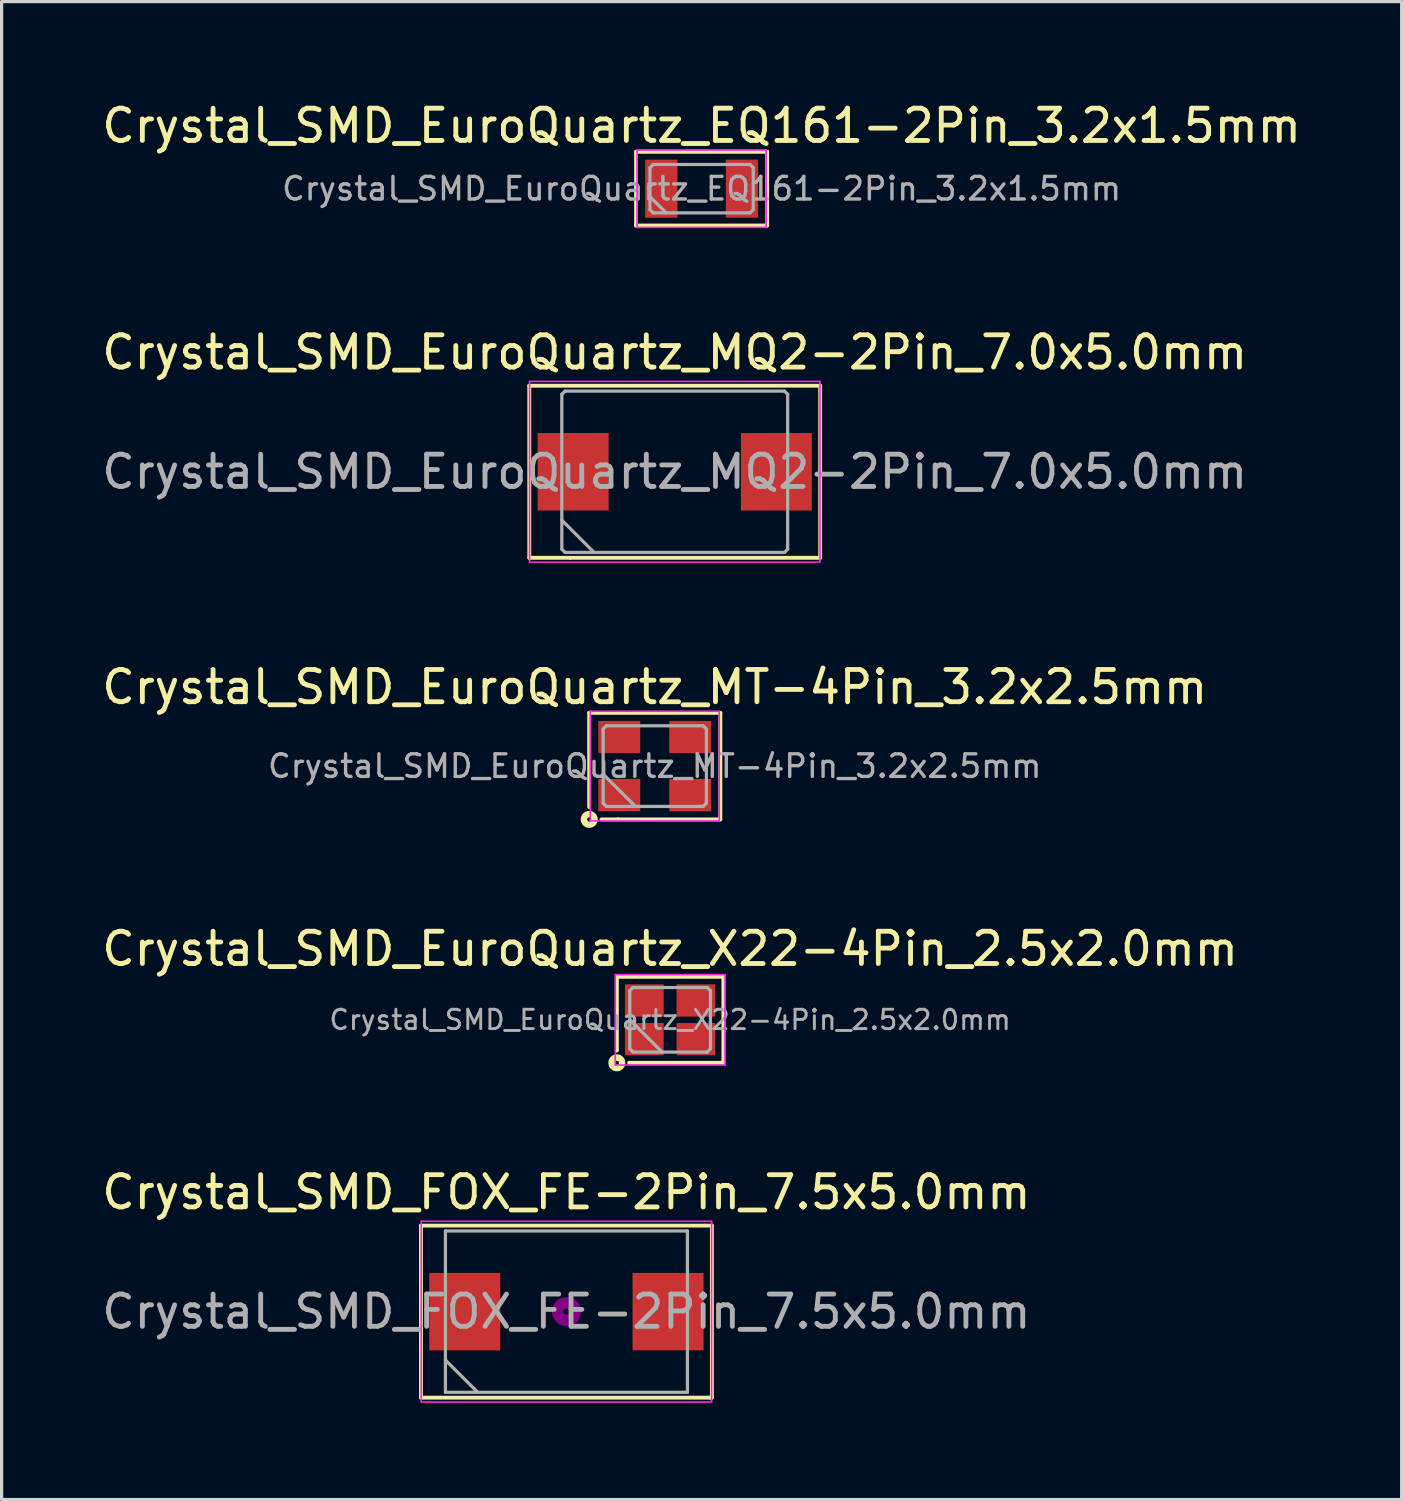
<source format=kicad_pcb>
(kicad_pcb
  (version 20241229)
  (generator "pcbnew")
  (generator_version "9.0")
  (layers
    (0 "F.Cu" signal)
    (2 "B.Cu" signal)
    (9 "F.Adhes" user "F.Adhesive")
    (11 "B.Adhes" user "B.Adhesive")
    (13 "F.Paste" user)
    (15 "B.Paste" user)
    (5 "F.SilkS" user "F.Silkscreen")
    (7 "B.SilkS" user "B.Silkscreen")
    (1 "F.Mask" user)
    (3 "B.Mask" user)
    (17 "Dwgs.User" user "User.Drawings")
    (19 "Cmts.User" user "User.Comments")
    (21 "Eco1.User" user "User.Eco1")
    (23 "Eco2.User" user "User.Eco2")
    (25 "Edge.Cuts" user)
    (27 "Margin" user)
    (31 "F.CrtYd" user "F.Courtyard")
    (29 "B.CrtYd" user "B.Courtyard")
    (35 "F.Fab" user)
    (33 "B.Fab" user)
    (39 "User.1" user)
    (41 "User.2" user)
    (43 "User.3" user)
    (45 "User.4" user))
  (footprint "Crystal_SMD_FOX_FE-2Pin_7.5x5.0mm"
    (layer "F.Cu")
    (at 14.506 37.603)
    (property "Reference" "Crystal_SMD_FOX_FE-2Pin_7.5x5.0mm" (at 0 -3.7 0) (layer "F.SilkS") (effects (font (size 1 1) (thickness 0.15))))
    (attr smd)
    (fp_line (start -4.508 -2.667) (end -4.508 2.667) (stroke (width 0.12) (type solid)) (layer "F.SilkS"))
    (fp_line (start -4.508 2.667) (end 4.445 2.667) (stroke (width 0.12) (type solid)) (layer "F.SilkS"))
    (fp_line (start 4.445 2.667) (end 4.508 2.667) (stroke (width 0.12) (type solid)) (layer "F.SilkS"))
    (fp_line (start 4.508 -2.667) (end -4.508 -2.667) (stroke (width 0.12) (type solid)) (layer "F.SilkS"))
    (fp_line (start 4.508 2.667) (end 4.508 -2.667) (stroke (width 0.12) (type solid)) (layer "F.SilkS"))
    (fp_circle (center 0 0) (end 0.093 0) (stroke (width 0.187) (type solid)) (fill no) (layer "F.Adhes"))
    (fp_circle (center 0 0) (end 0.213 0) (stroke (width 0.133) (type solid)) (fill no) (layer "F.Adhes"))
    (fp_circle (center 0 0) (end 0.333 0) (stroke (width 0.133) (type solid)) (fill no) (layer "F.Adhes"))
    (fp_circle (center 0 0) (end 0.4 0) (stroke (width 0.1) (type solid)) (fill no) (layer "F.Adhes"))
    (fp_line (start -4.5 -2.8) (end -4.5 2.8) (stroke (width 0.05) (type solid)) (layer "F.CrtYd"))
    (fp_line (start -4.5 2.8) (end 4.5 2.8) (stroke (width 0.05) (type solid)) (layer "F.CrtYd"))
    (fp_line (start 4.5 -2.8) (end -4.5 -2.8) (stroke (width 0.05) (type solid)) (layer "F.CrtYd"))
    (fp_line (start 4.5 2.8) (end 4.5 -2.8) (stroke (width 0.05) (type solid)) (layer "F.CrtYd"))
    (fp_line (start -3.75 -2.5) (end -3.75 2.5) (stroke (width 0.1) (type solid)) (layer "F.Fab"))
    (fp_line (start -3.75 1.5) (end -2.75 2.5) (stroke (width 0.1) (type solid)) (layer "F.Fab"))
    (fp_line (start -3.75 2.5) (end 3.75 2.5) (stroke (width 0.1) (type solid)) (layer "F.Fab"))
    (fp_line (start 3.75 -2.5) (end -3.75 -2.5) (stroke (width 0.1) (type solid)) (layer "F.Fab"))
    (fp_line (start 3.75 2.5) (end 3.75 -2.5) (stroke (width 0.1) (type solid)) (layer "F.Fab"))
    (fp_text user "${REFERENCE}" (at 0 0 0) (layer "F.Fab") (effects (font (size 1 1) (thickness 0.15))))
    (pad "1" smd rect (at -3.15 0) (size 2.2 2.4) (layers "F.Cu" "F.Mask" "F.Paste"))
    (pad "2" smd rect (at 3.15 0) (size 2.2 2.4) (layers "F.Cu" "F.Mask" "F.Paste")))
  (footprint "Crystal_SMD_EuroQuartz_EQ161-2Pin_3.2x1.5mm"
    (layer "F.Cu")
    (at 18.696 2.798)
    (property "Reference" "Crystal_SMD_EuroQuartz_EQ161-2Pin_3.2x1.5mm" (at 0 -1.95 0) (layer "F.SilkS") (effects (font (size 1 1) (thickness 0.15))))
    (attr smd)
    (fp_line (start -2.032 -1.143) (end -2.032 1.143) (stroke (width 0.12) (type solid)) (layer "F.SilkS"))
    (fp_line (start -2.032 1.143) (end 2.032 1.143) (stroke (width 0.12) (type solid)) (layer "F.SilkS"))
    (fp_line (start 2.032 -1.143) (end -2.032 -1.143) (stroke (width 0.12) (type solid)) (layer "F.SilkS"))
    (fp_line (start 2.032 1.143) (end 2.032 -1.143) (stroke (width 0.12) (type solid)) (layer "F.SilkS"))
    (fp_line (start -2 -1.2) (end -2 1.2) (stroke (width 0.05) (type solid)) (layer "F.CrtYd"))
    (fp_line (start -2 1.2) (end 2 1.2) (stroke (width 0.05) (type solid)) (layer "F.CrtYd"))
    (fp_line (start 2 -1.2) (end -2 -1.2) (stroke (width 0.05) (type solid)) (layer "F.CrtYd"))
    (fp_line (start 2 1.2) (end 2 -1.2) (stroke (width 0.05) (type solid)) (layer "F.CrtYd"))
    (fp_line (start -1.6 -0.65) (end -1.5 -0.75) (stroke (width 0.1) (type solid)) (layer "F.Fab"))
    (fp_line (start -1.6 0.25) (end -1.1 0.75) (stroke (width 0.1) (type solid)) (layer "F.Fab"))
    (fp_line (start -1.6 0.65) (end -1.6 -0.65) (stroke (width 0.1) (type solid)) (layer "F.Fab"))
    (fp_line (start -1.5 -0.75) (end 1.5 -0.75) (stroke (width 0.1) (type solid)) (layer "F.Fab"))
    (fp_line (start -1.5 0.75) (end -1.6 0.65) (stroke (width 0.1) (type solid)) (layer "F.Fab"))
    (fp_line (start 1.5 -0.75) (end 1.6 -0.65) (stroke (width 0.1) (type solid)) (layer "F.Fab"))
    (fp_line (start 1.5 0.75) (end -1.5 0.75) (stroke (width 0.1) (type solid)) (layer "F.Fab"))
    (fp_line (start 1.6 -0.65) (end 1.6 0.65) (stroke (width 0.1) (type solid)) (layer "F.Fab"))
    (fp_line (start 1.6 0.65) (end 1.5 0.75) (stroke (width 0.1) (type solid)) (layer "F.Fab"))
    (fp_text user "${REFERENCE}" (at 0 0 0) (layer "F.Fab") (effects (font (size 0.7 0.7) (thickness 0.105))))
    (pad "1" smd rect (at -1.25 0) (size 1 1.8) (layers "F.Cu" "F.Mask" "F.Paste"))
    (pad "2" smd rect (at 1.25 0) (size 1 1.8) (layers "F.Cu" "F.Mask" "F.Paste")))
  (footprint "Crystal_SMD_EuroQuartz_X22-4Pin_2.5x2.0mm"
    (layer "F.Cu")
    (at 17.72 28.558)
    (property "Reference" "Crystal_SMD_EuroQuartz_X22-4Pin_2.5x2.0mm" (at 0 -2.2 0) (layer "F.SilkS") (effects (font (size 1 1) (thickness 0.15))))
    (attr smd)
    (fp_line (start -1.651 -1.333) (end -1.651 0.953) (stroke (width 0.12) (type solid)) (layer "F.SilkS"))
    (fp_line (start -1.27 1.333) (end 1.651 1.333) (stroke (width 0.12) (type solid)) (layer "F.SilkS"))
    (fp_line (start 1.651 -1.333) (end -1.651 -1.333) (stroke (width 0.12) (type solid)) (layer "F.SilkS"))
    (fp_line (start 1.651 1.333) (end 1.651 -1.333) (stroke (width 0.12) (type solid)) (layer "F.SilkS"))
    (fp_circle (center -1.651 1.333) (end -1.587 1.333) (stroke (width 0.2) (type solid)) (fill no) (layer "F.SilkS"))
    (fp_line (start -1.7 -1.4) (end -1.7 1.4) (stroke (width 0.05) (type solid)) (layer "F.CrtYd"))
    (fp_line (start -1.7 1.4) (end 1.7 1.4) (stroke (width 0.05) (type solid)) (layer "F.CrtYd"))
    (fp_line (start 1.7 -1.4) (end -1.7 -1.4) (stroke (width 0.05) (type solid)) (layer "F.CrtYd"))
    (fp_line (start 1.7 1.4) (end 1.7 -1.4) (stroke (width 0.05) (type solid)) (layer "F.CrtYd"))
    (fp_line (start -1.25 -0.9) (end -1.15 -1) (stroke (width 0.1) (type solid)) (layer "F.Fab"))
    (fp_line (start -1.25 0) (end -0.25 1) (stroke (width 0.1) (type solid)) (layer "F.Fab"))
    (fp_line (start -1.25 0.9) (end -1.25 -0.9) (stroke (width 0.1) (type solid)) (layer "F.Fab"))
    (fp_line (start -1.15 -1) (end 1.15 -1) (stroke (width 0.1) (type solid)) (layer "F.Fab"))
    (fp_line (start -1.15 1) (end -1.25 0.9) (stroke (width 0.1) (type solid)) (layer "F.Fab"))
    (fp_line (start 1.15 -1) (end 1.25 -0.9) (stroke (width 0.1) (type solid)) (layer "F.Fab"))
    (fp_line (start 1.15 1) (end -1.15 1) (stroke (width 0.1) (type solid)) (layer "F.Fab"))
    (fp_line (start 1.25 -0.9) (end 1.25 0.9) (stroke (width 0.1) (type solid)) (layer "F.Fab"))
    (fp_line (start 1.25 0.9) (end 1.15 1) (stroke (width 0.1) (type solid)) (layer "F.Fab"))
    (fp_text user "${REFERENCE}" (at 0 0 0) (layer "F.Fab") (effects (font (size 0.6 0.6) (thickness 0.09))))
    (pad "1" smd rect (at -0.8 0.6) (size 1.2 1) (layers "F.Cu" "F.Mask" "F.Paste"))
    (pad "2" smd rect (at 0.8 0.6) (size 1.2 1) (layers "F.Cu" "F.Mask" "F.Paste"))
    (pad "3" smd rect (at 0.8 -0.6) (size 1.2 1) (layers "F.Cu" "F.Mask" "F.Paste"))
    (pad "4" smd rect (at -0.8 -0.6) (size 1.2 1) (layers "F.Cu" "F.Mask" "F.Paste")))
  (footprint "Crystal_SMD_EuroQuartz_MT-4Pin_3.2x2.5mm"
    (layer "F.Cu")
    (at 17.244 20.695)
    (property "Reference" "Crystal_SMD_EuroQuartz_MT-4Pin_3.2x2.5mm" (at 0 -2.45 0) (layer "F.SilkS") (effects (font (size 1 1) (thickness 0.15))))
    (attr smd)
    (fp_line (start -2.032 -1.651) (end 2.032 -1.651) (stroke (width 0.12) (type solid)) (layer "F.SilkS"))
    (fp_line (start -2.032 1.27) (end -2.032 -1.651) (stroke (width 0.12) (type solid)) (layer "F.SilkS"))
    (fp_line (start -1.651 1.651) (end -1.143 1.651) (stroke (width 0.12) (type solid)) (layer "F.SilkS"))
    (fp_line (start 2.032 -1.651) (end 2.032 1.651) (stroke (width 0.12) (type solid)) (layer "F.SilkS"))
    (fp_line (start 2.032 1.651) (end -1.143 1.651) (stroke (width 0.12) (type solid)) (layer "F.SilkS"))
    (fp_circle (center -2.032 1.651) (end -1.968 1.651) (stroke (width 0.2) (type solid)) (fill no) (layer "F.SilkS"))
    (fp_line (start -2 -1.7) (end -2 1.7) (stroke (width 0.05) (type solid)) (layer "F.CrtYd"))
    (fp_line (start -2 1.7) (end 2 1.7) (stroke (width 0.05) (type solid)) (layer "F.CrtYd"))
    (fp_line (start 2 -1.7) (end -2 -1.7) (stroke (width 0.05) (type solid)) (layer "F.CrtYd"))
    (fp_line (start 2 1.7) (end 2 -1.7) (stroke (width 0.05) (type solid)) (layer "F.CrtYd"))
    (fp_line (start -1.6 -1.15) (end -1.5 -1.25) (stroke (width 0.1) (type solid)) (layer "F.Fab"))
    (fp_line (start -1.6 0.25) (end -0.6 1.25) (stroke (width 0.1) (type solid)) (layer "F.Fab"))
    (fp_line (start -1.6 1.15) (end -1.6 -1.15) (stroke (width 0.1) (type solid)) (layer "F.Fab"))
    (fp_line (start -1.5 -1.25) (end 1.5 -1.25) (stroke (width 0.1) (type solid)) (layer "F.Fab"))
    (fp_line (start -1.5 1.25) (end -1.6 1.15) (stroke (width 0.1) (type solid)) (layer "F.Fab"))
    (fp_line (start 1.5 -1.25) (end 1.6 -1.15) (stroke (width 0.1) (type solid)) (layer "F.Fab"))
    (fp_line (start 1.5 1.25) (end -1.5 1.25) (stroke (width 0.1) (type solid)) (layer "F.Fab"))
    (fp_line (start 1.6 -1.15) (end 1.6 1.15) (stroke (width 0.1) (type solid)) (layer "F.Fab"))
    (fp_line (start 1.6 1.15) (end 1.5 1.25) (stroke (width 0.1) (type solid)) (layer "F.Fab"))
    (fp_text user "${REFERENCE}" (at 0 0 0) (layer "F.Fab") (effects (font (size 0.7 0.7) (thickness 0.105))))
    (pad "1" smd rect (at -1.1 0.9) (size 1.3 1) (layers "F.Cu" "F.Mask" "F.Paste"))
    (pad "2" smd rect (at 1.1 0.9) (size 1.3 1) (layers "F.Cu" "F.Mask" "F.Paste"))
    (pad "3" smd rect (at 1.1 -0.9) (size 1.3 1) (layers "F.Cu" "F.Mask" "F.Paste"))
    (pad "4" smd rect (at -1.1 -0.9) (size 1.3 1) (layers "F.Cu" "F.Mask" "F.Paste")))
  (footprint "Crystal_SMD_EuroQuartz_MQ2-2Pin_7.0x5.0mm"
    (layer "F.Cu")
    (at 17.863 11.572)
    (property "Reference" "Crystal_SMD_EuroQuartz_MQ2-2Pin_7.0x5.0mm" (at 0 -3.7 0) (layer "F.SilkS") (effects (font (size 1 1) (thickness 0.15))))
    (attr smd)
    (fp_line (start -4.508 -2.667) (end -4.508 2.667) (stroke (width 0.12) (type solid)) (layer "F.SilkS"))
    (fp_line (start -4.508 -2.667) (end 4.508 -2.667) (stroke (width 0.12) (type solid)) (layer "F.SilkS"))
    (fp_line (start -3.239 2.667) (end -4.508 2.667) (stroke (width 0.12) (type solid)) (layer "F.SilkS"))
    (fp_line (start 4.508 -2.667) (end 4.508 2.667) (stroke (width 0.12) (type solid)) (layer "F.SilkS"))
    (fp_line (start 4.508 2.667) (end -3.239 2.667) (stroke (width 0.12) (type solid)) (layer "F.SilkS"))
    (fp_line (start -4.5 -2.8) (end -4.5 2.8) (stroke (width 0.05) (type solid)) (layer "F.CrtYd"))
    (fp_line (start -4.5 2.8) (end 4.5 2.8) (stroke (width 0.05) (type solid)) (layer "F.CrtYd"))
    (fp_line (start 4.5 -2.8) (end -4.5 -2.8) (stroke (width 0.05) (type solid)) (layer "F.CrtYd"))
    (fp_line (start 4.5 2.8) (end 4.5 -2.8) (stroke (width 0.05) (type solid)) (layer "F.CrtYd"))
    (fp_line (start -3.5 -2.4) (end -3.4 -2.5) (stroke (width 0.1) (type solid)) (layer "F.Fab"))
    (fp_line (start -3.5 1.5) (end -2.5 2.5) (stroke (width 0.1) (type solid)) (layer "F.Fab"))
    (fp_line (start -3.5 2.4) (end -3.5 -2.4) (stroke (width 0.1) (type solid)) (layer "F.Fab"))
    (fp_line (start -3.4 -2.5) (end 3.4 -2.5) (stroke (width 0.1) (type solid)) (layer "F.Fab"))
    (fp_line (start -3.4 2.5) (end -3.5 2.4) (stroke (width 0.1) (type solid)) (layer "F.Fab"))
    (fp_line (start 3.4 -2.5) (end 3.5 -2.4) (stroke (width 0.1) (type solid)) (layer "F.Fab"))
    (fp_line (start 3.4 2.5) (end -3.4 2.5) (stroke (width 0.1) (type solid)) (layer "F.Fab"))
    (fp_line (start 3.5 -2.4) (end 3.5 2.4) (stroke (width 0.1) (type solid)) (layer "F.Fab"))
    (fp_line (start 3.5 2.4) (end 3.4 2.5) (stroke (width 0.1) (type solid)) (layer "F.Fab"))
    (fp_text user "${REFERENCE}" (at 0 0 0) (layer "F.Fab") (effects (font (size 1 1) (thickness 0.15))))
    (pad "1" smd rect (at -3.15 0) (size 2.2 2.4) (layers "F.Cu" "F.Mask" "F.Paste"))
    (pad "2" smd rect (at 3.15 0) (size 2.2 2.4) (layers "F.Cu" "F.Mask" "F.Paste")))
  (gr_rect
    (start -3 -3)
    (end 40.393 43.428)
    (stroke (width 0.1) (type default))
    (fill no)
    (layer "Edge.Cuts")))
</source>
